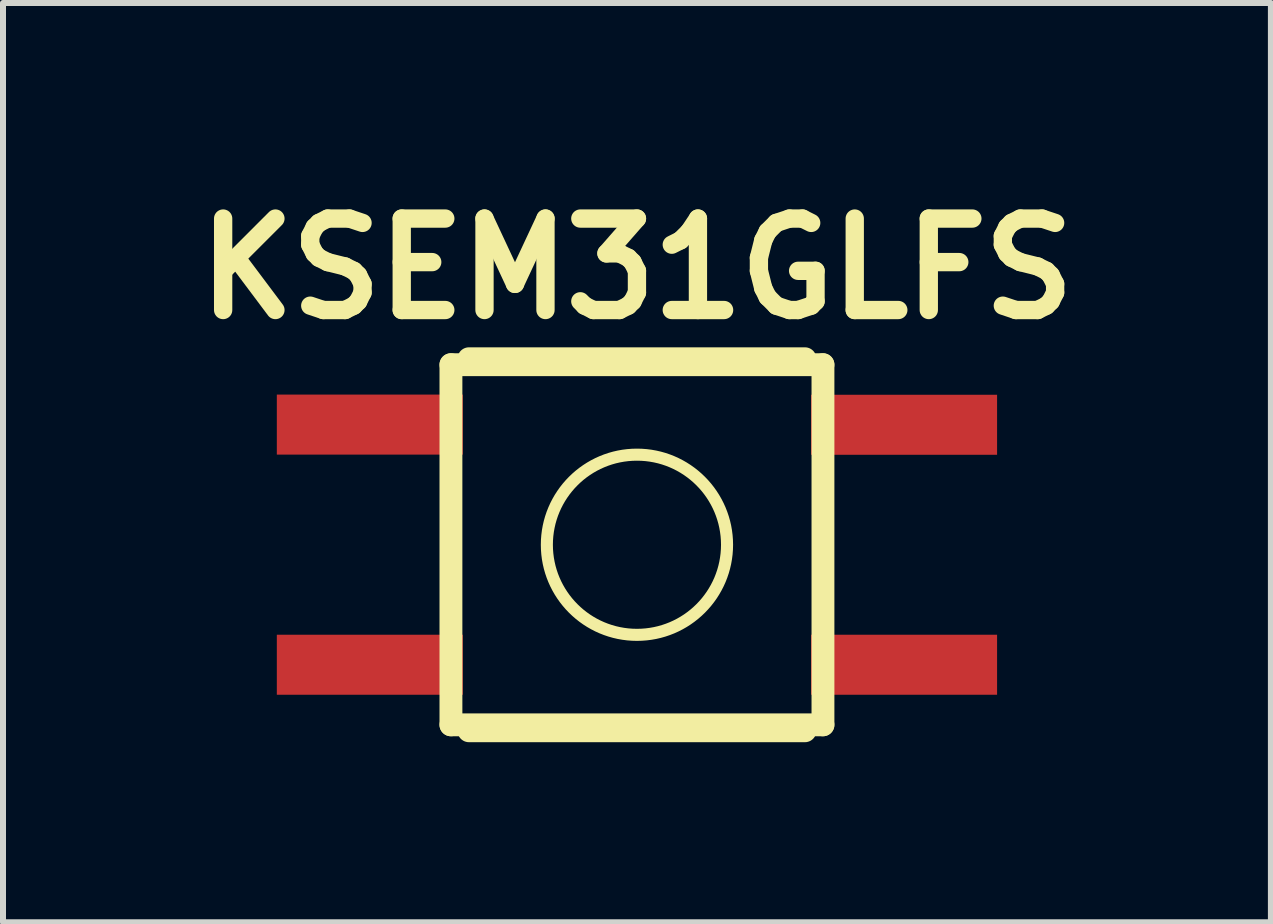
<source format=kicad_pcb>
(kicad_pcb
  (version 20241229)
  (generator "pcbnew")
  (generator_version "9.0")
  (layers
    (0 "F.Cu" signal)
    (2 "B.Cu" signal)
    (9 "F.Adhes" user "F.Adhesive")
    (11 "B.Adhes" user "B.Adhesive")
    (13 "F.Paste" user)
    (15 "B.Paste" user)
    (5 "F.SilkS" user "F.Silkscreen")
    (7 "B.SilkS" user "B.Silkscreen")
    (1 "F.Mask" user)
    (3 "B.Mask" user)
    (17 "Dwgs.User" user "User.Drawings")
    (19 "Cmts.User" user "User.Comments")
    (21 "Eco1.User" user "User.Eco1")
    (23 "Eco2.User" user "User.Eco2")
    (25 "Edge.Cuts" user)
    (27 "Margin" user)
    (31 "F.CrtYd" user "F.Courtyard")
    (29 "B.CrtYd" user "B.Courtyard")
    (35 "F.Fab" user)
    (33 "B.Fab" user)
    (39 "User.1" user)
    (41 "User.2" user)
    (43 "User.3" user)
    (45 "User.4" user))
  (footprint "KSEM31GLFS"
    (layer "F.Cu")
    (at 7.562 6.026)
    (property "Reference" "KSEM31GLFS" (at 0 -4.6 180) (layer "F.SilkS") (effects (font (size 1.524 1.524) (thickness 0.305))))
    (attr smd)
    (fp_line (start -3.099 -3) (end 3.099 -3) (stroke (width 0.381) (type solid)) (layer "F.SilkS"))
    (fp_line (start -3.099 3) (end -3.099 -3) (stroke (width 0.381) (type solid)) (layer "F.SilkS"))
    (fp_line (start -2.799 -3.099) (end 2.799 -3.099) (stroke (width 0.381) (type solid)) (layer "F.SilkS"))
    (fp_line (start -2.799 3.099) (end 2.799 3.099) (stroke (width 0.381) (type solid)) (layer "F.SilkS"))
    (fp_line (start 3.099 -3) (end 3.099 3) (stroke (width 0.381) (type solid)) (layer "F.SilkS"))
    (fp_line (start 3.099 3) (end -3.099 3) (stroke (width 0.381) (type solid)) (layer "F.SilkS"))
    (fp_circle (center 0 0) (end 1.501 0) (stroke (width 0.201) (type solid)) (fill no) (layer "F.SilkS"))
    (pad "1" smd rect (at -4.45 -2.002) (size 3.1 1) (layers "F.Cu" "F.Mask" "F.Paste"))
    (pad "2" smd rect (at 4.45 -1.999) (size 3.1 1) (layers "F.Cu" "F.Mask" "F.Paste"))
    (pad "3" smd rect (at -4.45 1.999) (size 3.1 1) (layers "F.Cu" "F.Mask" "F.Paste"))
    (pad "4" smd rect (at 4.45 1.999) (size 3.1 1) (layers "F.Cu" "F.Mask" "F.Paste")))
  (gr_rect
    (start -3 -3)
    (end 18.124 12.316)
    (stroke (width 0.1) (type default))
    (fill no)
    (layer "Edge.Cuts")))
</source>
